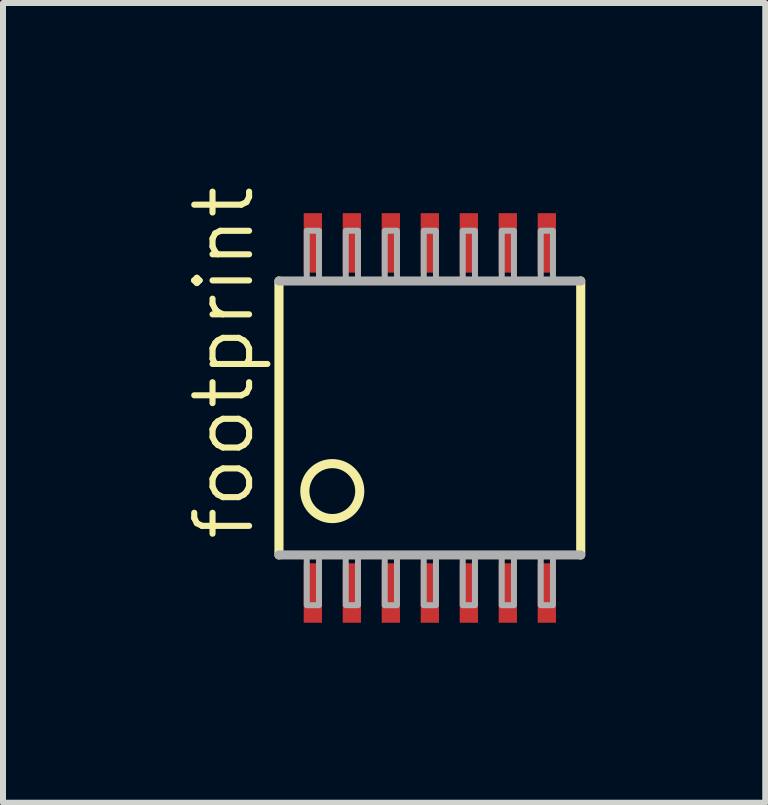
<source format=kicad_pcb>
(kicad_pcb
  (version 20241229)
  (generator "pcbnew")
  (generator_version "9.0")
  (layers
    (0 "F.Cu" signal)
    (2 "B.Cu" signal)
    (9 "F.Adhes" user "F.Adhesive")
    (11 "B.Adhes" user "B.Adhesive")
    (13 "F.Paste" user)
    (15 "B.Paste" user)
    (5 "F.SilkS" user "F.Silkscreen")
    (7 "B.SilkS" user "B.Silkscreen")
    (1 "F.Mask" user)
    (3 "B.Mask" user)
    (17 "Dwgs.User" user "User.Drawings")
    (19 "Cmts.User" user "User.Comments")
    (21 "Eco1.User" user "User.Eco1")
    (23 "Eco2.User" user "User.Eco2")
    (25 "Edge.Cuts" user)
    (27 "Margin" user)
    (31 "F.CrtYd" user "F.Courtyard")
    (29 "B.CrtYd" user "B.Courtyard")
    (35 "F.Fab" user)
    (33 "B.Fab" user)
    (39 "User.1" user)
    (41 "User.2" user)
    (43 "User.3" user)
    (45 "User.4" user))
  (footprint "footprint"
    (layer "F.Cu")
    (at 4.115 3.917)
    (property "Reference" "footprint" (at -2.896 2.083 90) (layer "F.SilkS") (effects (font (size 0.914 0.914) (thickness 0.102)) (justify left bottom)))
    (fp_line (start -2.515 2.283) (end -2.515 -2.283) (stroke (width 0.152) (type solid)) (layer "F.SilkS"))
    (fp_line (start 2.515 -2.283) (end 2.515 2.283) (stroke (width 0.152) (type solid)) (layer "F.SilkS"))
    (fp_circle (center -1.626 1.219) (end -1.168 1.219) (stroke (width 0.152) (type solid)) (fill no) (layer "F.SilkS"))
    (fp_line (start -2.515 2.283) (end 2.515 2.283) (stroke (width 0.152) (type solid)) (layer "F.Fab"))
    (fp_line (start 2.515 -2.283) (end -2.515 -2.283) (stroke (width 0.152) (type solid)) (layer "F.Fab"))
    (fp_poly (pts (xy -2.052 -2.283) (xy -1.848 -2.283) (xy -1.848 -3.121) (xy -2.052 -3.121)) (stroke (width 0.1) (type solid)) (fill no) (layer "F.Fab"))
    (fp_poly (pts (xy -2.052 3.121) (xy -1.848 3.121) (xy -1.848 2.283) (xy -2.052 2.283)) (stroke (width 0.1) (type solid)) (fill no) (layer "F.Fab"))
    (fp_poly (pts (xy -1.402 -2.283) (xy -1.198 -2.283) (xy -1.198 -3.121) (xy -1.402 -3.121)) (stroke (width 0.1) (type solid)) (fill no) (layer "F.Fab"))
    (fp_poly (pts (xy -1.402 3.121) (xy -1.198 3.121) (xy -1.198 2.283) (xy -1.402 2.283)) (stroke (width 0.1) (type solid)) (fill no) (layer "F.Fab"))
    (fp_poly (pts (xy -0.752 -2.283) (xy -0.548 -2.283) (xy -0.548 -3.121) (xy -0.752 -3.121)) (stroke (width 0.1) (type solid)) (fill no) (layer "F.Fab"))
    (fp_poly (pts (xy -0.752 3.121) (xy -0.548 3.121) (xy -0.548 2.283) (xy -0.752 2.283)) (stroke (width 0.1) (type solid)) (fill no) (layer "F.Fab"))
    (fp_poly (pts (xy -0.102 -2.283) (xy 0.102 -2.283) (xy 0.102 -3.121) (xy -0.102 -3.121)) (stroke (width 0.1) (type solid)) (fill no) (layer "F.Fab"))
    (fp_poly (pts (xy -0.102 3.121) (xy 0.102 3.121) (xy 0.102 2.283) (xy -0.102 2.283)) (stroke (width 0.1) (type solid)) (fill no) (layer "F.Fab"))
    (fp_poly (pts (xy 0.548 -2.283) (xy 0.752 -2.283) (xy 0.752 -3.121) (xy 0.548 -3.121)) (stroke (width 0.1) (type solid)) (fill no) (layer "F.Fab"))
    (fp_poly (pts (xy 0.548 3.121) (xy 0.752 3.121) (xy 0.752 2.283) (xy 0.548 2.283)) (stroke (width 0.1) (type solid)) (fill no) (layer "F.Fab"))
    (fp_poly (pts (xy 1.198 -2.283) (xy 1.402 -2.283) (xy 1.402 -3.121) (xy 1.198 -3.121)) (stroke (width 0.1) (type solid)) (fill no) (layer "F.Fab"))
    (fp_poly (pts (xy 1.198 3.121) (xy 1.402 3.121) (xy 1.402 2.283) (xy 1.198 2.283)) (stroke (width 0.1) (type solid)) (fill no) (layer "F.Fab"))
    (fp_poly (pts (xy 1.848 -2.283) (xy 2.052 -2.283) (xy 2.052 -3.121) (xy 1.848 -3.121)) (stroke (width 0.1) (type solid)) (fill no) (layer "F.Fab"))
    (fp_poly (pts (xy 1.848 3.121) (xy 2.052 3.121) (xy 2.052 2.283) (xy 1.848 2.283)) (stroke (width 0.1) (type solid)) (fill no) (layer "F.Fab"))
    (pad "1" smd rect (at -1.95 2.918) (size 0.305 0.991) (layers "F.Cu" "F.Mask" "F.Paste"))
    (pad "2" smd rect (at -1.3 2.918) (size 0.305 0.991) (layers "F.Cu" "F.Mask" "F.Paste"))
    (pad "3" smd rect (at -0.65 2.918) (size 0.305 0.991) (layers "F.Cu" "F.Mask" "F.Paste"))
    (pad "4" smd rect (at 0 2.918) (size 0.305 0.991) (layers "F.Cu" "F.Mask" "F.Paste"))
    (pad "5" smd rect (at 0.65 2.918) (size 0.305 0.991) (layers "F.Cu" "F.Mask" "F.Paste"))
    (pad "6" smd rect (at 1.3 2.918) (size 0.305 0.991) (layers "F.Cu" "F.Mask" "F.Paste"))
    (pad "7" smd rect (at 1.95 2.918) (size 0.305 0.991) (layers "F.Cu" "F.Mask" "F.Paste"))
    (pad "8" smd rect (at 1.95 -2.918) (size 0.305 0.991) (layers "F.Cu" "F.Mask" "F.Paste"))
    (pad "9" smd rect (at 1.3 -2.918) (size 0.305 0.991) (layers "F.Cu" "F.Mask" "F.Paste"))
    (pad "10" smd rect (at 0.65 -2.918) (size 0.305 0.991) (layers "F.Cu" "F.Mask" "F.Paste"))
    (pad "11" smd rect (at 0 -2.918) (size 0.305 0.991) (layers "F.Cu" "F.Mask" "F.Paste"))
    (pad "12" smd rect (at -0.65 -2.918) (size 0.305 0.991) (layers "F.Cu" "F.Mask" "F.Paste"))
    (pad "13" smd rect (at -1.3 -2.918) (size 0.305 0.991) (layers "F.Cu" "F.Mask" "F.Paste"))
    (pad "14" smd rect (at -1.95 -2.918) (size 0.305 0.991) (layers "F.Cu" "F.Mask" "F.Paste")))
  (gr_rect
    (start -3 -3)
    (end 9.706 10.331)
    (stroke (width 0.1) (type default))
    (fill no)
    (layer "Edge.Cuts")))
</source>
